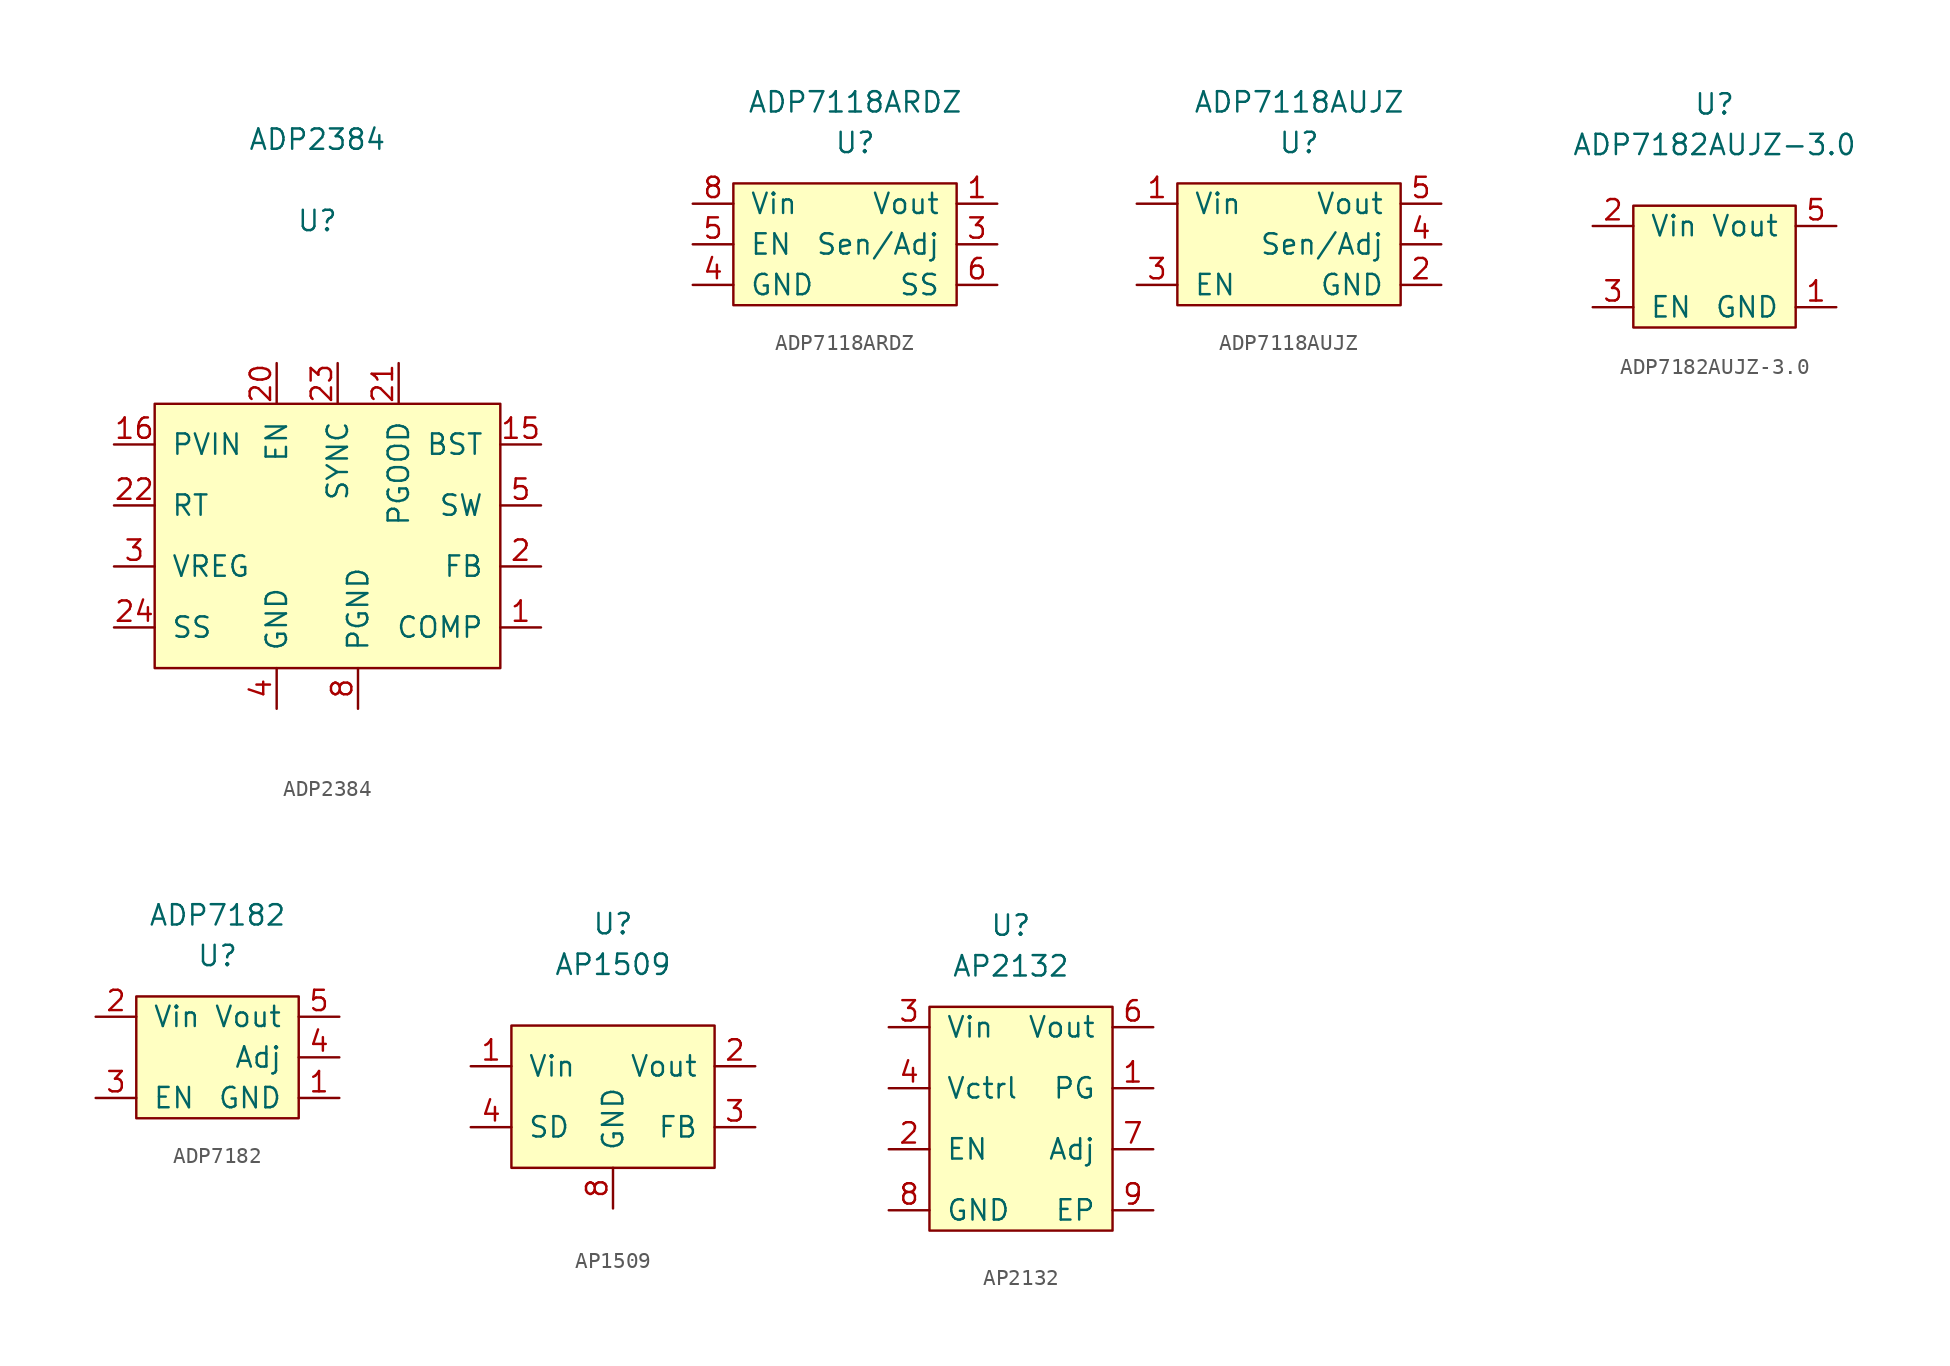
<source format=kicad_sym>
(kicad_symbol_lib
  (version 20211014)
  (generator kicad_symbol_editor)
  (symbol "ADP2384"
    (pin_names
      (offset 1.016))
    (property "Reference" "U"
      (at 0 19.05 0)
      (effects (font (size 1.27 1.27))))
    (property "Value" "ADP2384"
      (at 0 24.13 0)
      (effects (font (size 1.27 1.27))))
    (symbol "ADP2384_0_0"
      (pin passive line (at 13.97 -6.35 180) (length 2.54) (name "COMP" (effects (font (size 1.27 1.27)))) (number "1" (effects (font (size 1.27 1.27)))))
      (pin power_in line (at 2.54 -11.43 90) (length 2.54) hide (name "PGND" (effects (font (size 1.27 1.27)))) (number "10" (effects (font (size 1.27 1.27)))))
      (pin power_in line (at 2.54 -11.43 90) (length 2.54) hide (name "PGND" (effects (font (size 1.27 1.27)))) (number "11" (effects (font (size 1.27 1.27)))))
      (pin power_in line (at 2.54 -11.43 90) (length 2.54) hide (name "PGND" (effects (font (size 1.27 1.27)))) (number "12" (effects (font (size 1.27 1.27)))))
      (pin power_in line (at 2.54 -11.43 90) (length 2.54) hide (name "PGND" (effects (font (size 1.27 1.27)))) (number "13" (effects (font (size 1.27 1.27)))))
      (pin passive line (at 13.97 1.27 180) (length 2.54) hide (name "SW" (effects (font (size 1.27 1.27)))) (number "14" (effects (font (size 1.27 1.27)))))
      (pin passive line (at 13.97 5.08 180) (length 2.54) (name "BST" (effects (font (size 1.27 1.27)))) (number "15" (effects (font (size 1.27 1.27)))))
      (pin power_in line (at -12.7 5.08 0) (length 2.54) (name "PVIN" (effects (font (size 1.27 1.27)))) (number "16" (effects (font (size 1.27 1.27)))))
      (pin power_in line (at -12.7 5.08 0) (length 2.54) hide (name "PVIN" (effects (font (size 1.27 1.27)))) (number "17" (effects (font (size 1.27 1.27)))))
      (pin power_in line (at -12.7 5.08 0) (length 2.54) hide (name "PVIN" (effects (font (size 1.27 1.27)))) (number "18" (effects (font (size 1.27 1.27)))))
      (pin power_in line (at -12.7 5.08 0) (length 2.54) hide (name "PVIN" (effects (font (size 1.27 1.27)))) (number "19" (effects (font (size 1.27 1.27)))))
      (pin passive line (at 13.97 -2.54 180) (length 2.54) (name "FB" (effects (font (size 1.27 1.27)))) (number "2" (effects (font (size 1.27 1.27)))))
      (pin passive line (at -2.54 10.16 270) (length 2.54) (name "EN" (effects (font (size 1.27 1.27)))) (number "20" (effects (font (size 1.27 1.27)))))
      (pin passive line (at 5.08 10.16 270) (length 2.54) (name "PGOOD" (effects (font (size 1.27 1.27)))) (number "21" (effects (font (size 1.27 1.27)))))
      (pin passive line (at -12.7 1.27 0) (length 2.54) (name "RT" (effects (font (size 1.27 1.27)))) (number "22" (effects (font (size 1.27 1.27)))))
      (pin passive line (at 1.27 10.16 270) (length 2.54) (name "SYNC" (effects (font (size 1.27 1.27)))) (number "23" (effects (font (size 1.27 1.27)))))
      (pin passive line (at -12.7 -6.35 0) (length 2.54) (name "SS" (effects (font (size 1.27 1.27)))) (number "24" (effects (font (size 1.27 1.27)))))
      (pin power_in line (at -2.54 -11.43 90) (length 2.54) hide (name "GND" (effects (font (size 1.27 1.27)))) (number "25" (effects (font (size 1.27 1.27)))))
      (pin passive line (at 13.97 1.27 180) (length 2.54) hide (name "SW" (effects (font (size 1.27 1.27)))) (number "26" (effects (font (size 1.27 1.27)))))
      (pin passive line (at -12.7 -2.54 0) (length 2.54) (name "VREG" (effects (font (size 1.27 1.27)))) (number "3" (effects (font (size 1.27 1.27)))))
      (pin power_in line (at -2.54 -11.43 90) (length 2.54) (name "GND" (effects (font (size 1.27 1.27)))) (number "4" (effects (font (size 1.27 1.27)))))
      (pin passive line (at 13.97 1.27 180) (length 2.54) (name "SW" (effects (font (size 1.27 1.27)))) (number "5" (effects (font (size 1.27 1.27)))))
      (pin passive line (at 13.97 1.27 180) (length 2.54) hide (name "SW" (effects (font (size 1.27 1.27)))) (number "6" (effects (font (size 1.27 1.27)))))
      (pin passive line (at 13.97 1.27 180) (length 2.54) hide (name "SW" (effects (font (size 1.27 1.27)))) (number "7" (effects (font (size 1.27 1.27)))))
      (pin power_in line (at 2.54 -11.43 90) (length 2.54) (name "PGND" (effects (font (size 1.27 1.27)))) (number "8" (effects (font (size 1.27 1.27)))))
      (pin power_in line (at 2.54 -11.43 90) (length 2.54) hide (name "PGND" (effects (font (size 1.27 1.27)))) (number "9" (effects (font (size 1.27 1.27))))))
    (symbol "ADP2384_0_1"
      (rectangle (start -10.16 7.62) (end 11.43 -8.89) (stroke (width 0) (type default) (color 0 0 0 0)) (fill (type background)))))
  (symbol "ADP7118ARDZ"
    (pin_names
      (offset 1.016))
    (property "Reference" "U"
      (at 0 7.62 0)
      (effects (font (size 1.27 1.27))))
    (property "Value" "ADP7118ARDZ"
      (at 0 10.16 0)
      (effects (font (size 1.27 1.27))))
    (symbol "ADP7118ARDZ_0_0"
      (pin power_out line (at 8.89 3.81 180) (length 2.54) (name "Vout" (effects (font (size 1.27 1.27)))) (number "1" (effects (font (size 1.27 1.27)))))
      (pin passive line (at 8.89 3.81 180) (length 2.54) hide (name "Vout" (effects (font (size 1.27 1.27)))) (number "2" (effects (font (size 1.27 1.27)))))
      (pin passive line (at 8.89 1.27 180) (length 2.54) (name "Sen/Adj" (effects (font (size 1.27 1.27)))) (number "3" (effects (font (size 1.27 1.27)))))
      (pin power_in line (at -10.16 -1.27 0) (length 2.54) (name "GND" (effects (font (size 1.27 1.27)))) (number "4" (effects (font (size 1.27 1.27)))))
      (pin passive line (at -10.16 1.27 0) (length 2.54) (name "EN" (effects (font (size 1.27 1.27)))) (number "5" (effects (font (size 1.27 1.27)))))
      (pin passive line (at 8.89 -1.27 180) (length 2.54) (name "SS" (effects (font (size 1.27 1.27)))) (number "6" (effects (font (size 1.27 1.27)))))
      (pin passive line (at -10.16 3.81 0) (length 2.54) hide (name "Vin" (effects (font (size 1.27 1.27)))) (number "7" (effects (font (size 1.27 1.27)))))
      (pin power_in line (at -10.16 3.81 0) (length 2.54) (name "Vin" (effects (font (size 1.27 1.27)))) (number "8" (effects (font (size 1.27 1.27)))))
      (pin power_in line (at -10.16 -1.27 0) (length 2.54) hide (name "EP" (effects (font (size 1.27 1.27)))) (number "9" (effects (font (size 1.27 1.27))))))
    (symbol "ADP7118ARDZ_0_1"
      (rectangle (start -7.62 5.08) (end 6.35 -2.54) (stroke (width 0) (type default) (color 0 0 0 0)) (fill (type background)))))
  (symbol "ADP7118AUJZ"
    (pin_names
      (offset 1.016))
    (property "Reference" "U"
      (at 0 7.62 0)
      (effects (font (size 1.27 1.27))))
    (property "Value" "ADP7118AUJZ"
      (at 0 10.16 0)
      (effects (font (size 1.27 1.27))))
    (symbol "ADP7118AUJZ_0_0"
      (pin power_in line (at -10.16 3.81 0) (length 2.54) (name "Vin" (effects (font (size 1.27 1.27)))) (number "1" (effects (font (size 1.27 1.27)))))
      (pin power_in line (at 8.89 -1.27 180) (length 2.54) (name "GND" (effects (font (size 1.27 1.27)))) (number "2" (effects (font (size 1.27 1.27)))))
      (pin passive line (at -10.16 -1.27 0) (length 2.54) (name "EN" (effects (font (size 1.27 1.27)))) (number "3" (effects (font (size 1.27 1.27)))))
      (pin passive line (at 8.89 1.27 180) (length 2.54) (name "Sen/Adj" (effects (font (size 1.27 1.27)))) (number "4" (effects (font (size 1.27 1.27)))))
      (pin power_out line (at 8.89 3.81 180) (length 2.54) (name "Vout" (effects (font (size 1.27 1.27)))) (number "5" (effects (font (size 1.27 1.27))))))
    (symbol "ADP7118AUJZ_0_1"
      (rectangle (start -7.62 5.08) (end 6.35 -2.54) (stroke (width 0) (type default) (color 0 0 0 0)) (fill (type background)))))
  (symbol "ADP7182AUJZ-3.0"
    (pin_names
      (offset 1.016))
    (property "Reference" "U"
      (at 0 8.89 0)
      (effects (font (size 1.27 1.27))))
    (property "Value" "ADP7182AUJZ-3.0"
      (at 0 6.35 0)
      (effects (font (size 1.27 1.27))))
    (symbol "ADP7182AUJZ-3.0_0_0"
      (pin power_in line (at 7.62 -3.81 180) (length 2.54) (name "GND" (effects (font (size 1.27 1.27)))) (number "1" (effects (font (size 1.27 1.27)))))
      (pin power_in line (at -7.62 1.27 0) (length 2.54) (name "Vin" (effects (font (size 1.27 1.27)))) (number "2" (effects (font (size 1.27 1.27)))))
      (pin input line (at -7.62 -3.81 0) (length 2.54) (name "EN" (effects (font (size 1.27 1.27)))) (number "3" (effects (font (size 1.27 1.27)))))
      (pin no_connect line (at 7.62 -1.27 180) (length 2.54) hide (name "NC" (effects (font (size 1.27 1.27)))) (number "4" (effects (font (size 1.27 1.27)))))
      (pin power_out line (at 7.62 1.27 180) (length 2.54) (name "Vout" (effects (font (size 1.27 1.27)))) (number "5" (effects (font (size 1.27 1.27))))))
    (symbol "ADP7182AUJZ-3.0_0_1"
      (rectangle (start -5.08 2.54) (end 5.08 -5.08) (stroke (width 0) (type default) (color 0 0 0 0)) (fill (type background)))))
  (symbol "ADP7182"
    (pin_names
      (offset 1.016))
    (property "Reference" "U"
      (at 0 5.08 0)
      (effects (font (size 1.27 1.27))))
    (property "Value" "ADP7182"
      (at 0 7.62 0)
      (effects (font (size 1.27 1.27))))
    (symbol "ADP7182_0_0"
      (pin power_in line (at 7.62 -3.81 180) (length 2.54) (name "GND" (effects (font (size 1.27 1.27)))) (number "1" (effects (font (size 1.27 1.27)))))
      (pin power_in line (at -7.62 1.27 0) (length 2.54) (name "Vin" (effects (font (size 1.27 1.27)))) (number "2" (effects (font (size 1.27 1.27)))))
      (pin bidirectional line (at -7.62 -3.81 0) (length 2.54) (name "EN" (effects (font (size 1.27 1.27)))) (number "3" (effects (font (size 1.27 1.27)))))
      (pin bidirectional line (at 7.62 -1.27 180) (length 2.54) (name "Adj" (effects (font (size 1.27 1.27)))) (number "4" (effects (font (size 1.27 1.27)))))
      (pin power_out line (at 7.62 1.27 180) (length 2.54) (name "Vout" (effects (font (size 1.27 1.27)))) (number "5" (effects (font (size 1.27 1.27))))))
    (symbol "ADP7182_0_1"
      (rectangle (start -5.08 2.54) (end 5.08 -5.08) (stroke (width 0) (type default) (color 0 0 0 0)) (fill (type background)))))
  (symbol "AP1509"
    (pin_names
      (offset 1.016))
    (property "Reference" "U"
      (at 0 11.43 0)
      (effects (font (size 1.27 1.27))))
    (property "Value" "AP1509"
      (at 0 8.89 0)
      (effects (font (size 1.27 1.27))))
    (symbol "AP1509_0_0"
      (pin power_in line (at -8.89 2.54 0) (length 2.54) (name "Vin" (effects (font (size 1.27 1.27)))) (number "1" (effects (font (size 1.27 1.27)))))
      (pin power_out line (at 8.89 2.54 180) (length 2.54) (name "Vout" (effects (font (size 1.27 1.27)))) (number "2" (effects (font (size 1.27 1.27)))))
      (pin passive line (at 8.89 -1.27 180) (length 2.54) (name "FB" (effects (font (size 1.27 1.27)))) (number "3" (effects (font (size 1.27 1.27)))))
      (pin passive line (at -8.89 -1.27 0) (length 2.54) (name "SD" (effects (font (size 1.27 1.27)))) (number "4" (effects (font (size 1.27 1.27)))))
      (pin unspecified line (at 0 -6.35 90) (length 2.54) hide (name "GND" (effects (font (size 1.27 1.27)))) (number "5" (effects (font (size 1.27 1.27)))))
      (pin unspecified line (at 0 -6.35 90) (length 2.54) hide (name "GND" (effects (font (size 1.27 1.27)))) (number "6" (effects (font (size 1.27 1.27)))))
      (pin unspecified line (at 0 -6.35 90) (length 2.54) hide (name "GND" (effects (font (size 1.27 1.27)))) (number "7" (effects (font (size 1.27 1.27)))))
      (pin unspecified line (at 0 -6.35 90) (length 2.54) (name "GND" (effects (font (size 1.27 1.27)))) (number "8" (effects (font (size 1.27 1.27))))))
    (symbol "AP1509_0_1"
      (rectangle (start -6.35 5.08) (end 6.35 -3.81) (stroke (width 0) (type default) (color 0 0 0 0)) (fill (type background)))))
  (symbol "AP2132"
    (pin_names
      (offset 1.016))
    (property "Reference" "U"
      (at 0 15.24 0)
      (effects (font (size 1.27 1.27))))
    (property "Value" "AP2132"
      (at 0 12.7 0)
      (effects (font (size 1.27 1.27))))
    (symbol "AP2132_0_0"
      (pin passive line (at 8.89 5.08 180) (length 2.54) (name "PG" (effects (font (size 1.27 1.27)))) (number "1" (effects (font (size 1.27 1.27)))))
      (pin input line (at -7.62 1.27 0) (length 2.54) (name "EN" (effects (font (size 1.27 1.27)))) (number "2" (effects (font (size 1.27 1.27)))))
      (pin power_in line (at -7.62 8.89 0) (length 2.54) (name "Vin" (effects (font (size 1.27 1.27)))) (number "3" (effects (font (size 1.27 1.27)))))
      (pin power_in line (at -7.62 5.08 0) (length 2.54) (name "Vctrl" (effects (font (size 1.27 1.27)))) (number "4" (effects (font (size 1.27 1.27)))))
      (pin power_out line (at 8.89 8.89 180) (length 2.54) (name "Vout" (effects (font (size 1.27 1.27)))) (number "6" (effects (font (size 1.27 1.27)))))
      (pin passive line (at 8.89 1.27 180) (length 2.54) (name "Adj" (effects (font (size 1.27 1.27)))) (number "7" (effects (font (size 1.27 1.27)))))
      (pin power_in line (at -7.62 -2.54 0) (length 2.54) (name "GND" (effects (font (size 1.27 1.27)))) (number "8" (effects (font (size 1.27 1.27)))))
      (pin passive line (at 8.89 -2.54 180) (length 2.54) (name "EP" (effects (font (size 1.27 1.27)))) (number "9" (effects (font (size 1.27 1.27))))))
    (symbol "AP2132_0_1"
      (rectangle (start -5.08 10.16) (end 6.35 -3.81) (stroke (width 0) (type default) (color 0 0 0 0)) (fill (type background))))))
</source>
